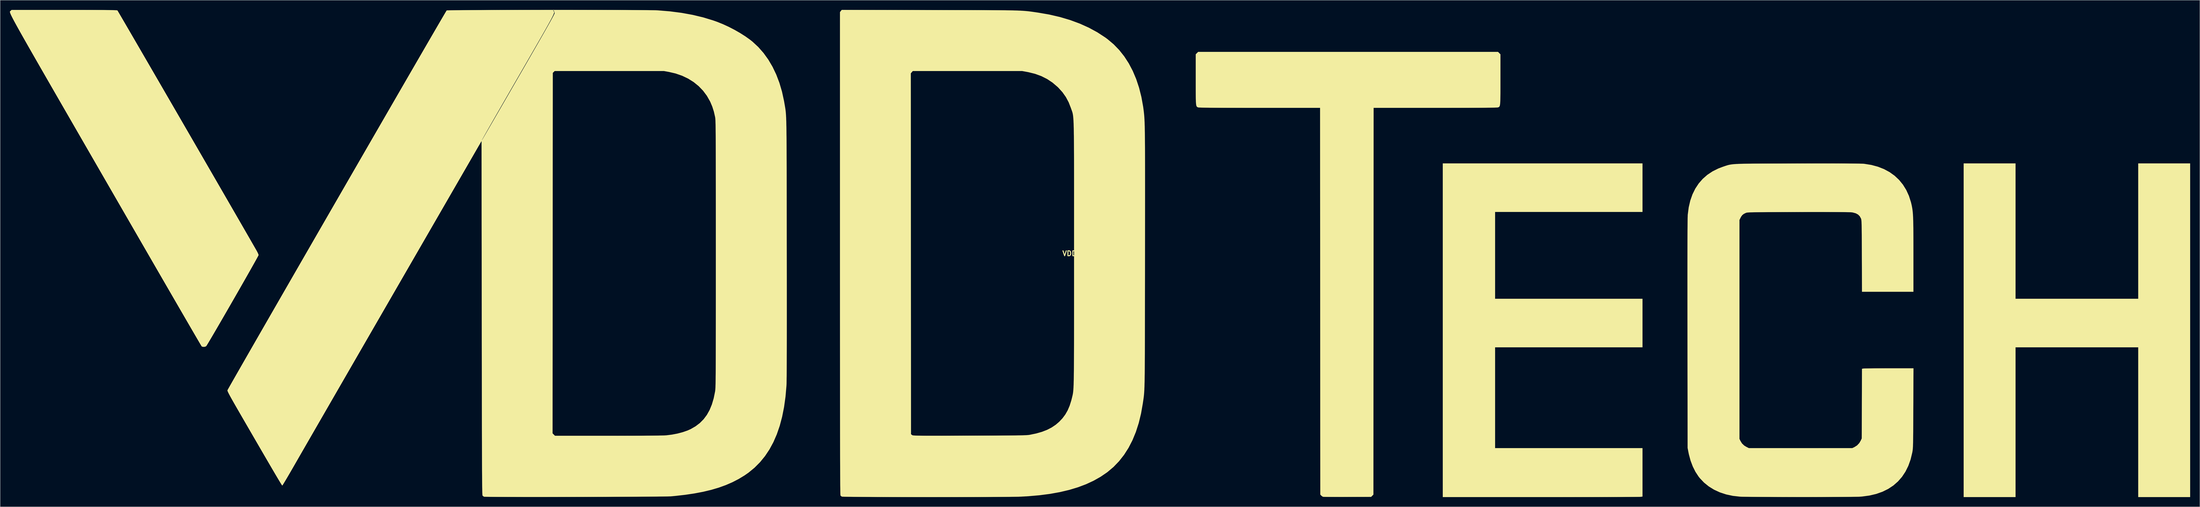
<source format=kicad_pcb>
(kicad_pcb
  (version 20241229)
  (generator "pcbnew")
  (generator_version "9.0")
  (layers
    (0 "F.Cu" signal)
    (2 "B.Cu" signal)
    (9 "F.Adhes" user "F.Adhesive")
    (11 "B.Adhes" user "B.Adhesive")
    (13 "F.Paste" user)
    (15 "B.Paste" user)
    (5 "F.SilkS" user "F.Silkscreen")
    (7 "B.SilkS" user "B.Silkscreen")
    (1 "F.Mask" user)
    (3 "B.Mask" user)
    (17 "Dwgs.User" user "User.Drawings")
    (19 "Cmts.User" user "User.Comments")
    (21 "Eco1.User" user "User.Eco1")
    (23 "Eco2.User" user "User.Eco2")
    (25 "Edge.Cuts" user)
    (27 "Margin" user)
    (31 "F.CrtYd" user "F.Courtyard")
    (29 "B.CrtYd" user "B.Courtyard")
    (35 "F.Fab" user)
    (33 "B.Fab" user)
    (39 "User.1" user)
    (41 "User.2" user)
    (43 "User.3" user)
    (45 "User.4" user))
  (footprint "VDDTECH_LOGO_HOR"
    (layer "F.Cu")
    (at 336.168 75.198)
    (property "Reference" "VDDTECH_LOGO_HOR" (at 0 0 0) (layer "F.SilkS") (effects (font (size 1.524 1.524) (thickness 0.3))))
    (attr through_hole)
    (fp_poly (pts (xy 282.448 13.97) (xy 320.294 13.97) (xy 320.294 -27.813) (xy 336.296 -27.813) (xy 336.296 75.184) (xy 320.294 75.184) (xy 320.294 28.956) (xy 282.448 28.956) (xy 282.448 75.184) (xy 266.446 75.184) (xy 266.446 -27.813) (xy 282.448 -27.813) (xy 282.448 13.97)) (stroke (width 0.01) (type solid)) (fill yes) (layer "F.SilkS"))
    (fp_poly (pts (xy 167.386 -12.827) (xy 121.92 -12.827) (xy 121.92 13.97) (xy 167.386 13.97) (xy 167.386 28.956) (xy 121.92 28.956) (xy 121.92 60.071) (xy 167.386 60.071) (xy 167.386 75.022) (xy 166.797 75.103) (xy 166.617 75.111) (xy 166.195 75.118) (xy 165.542 75.125) (xy 164.668 75.132) (xy 163.586 75.138) (xy 162.306 75.144) (xy 160.84 75.15) (xy 159.199 75.155) (xy 157.395 75.161) (xy 155.439 75.165) (xy 153.341 75.169) (xy 151.114 75.173) (xy 148.769 75.176) (xy 146.317 75.179) (xy 143.77 75.181) (xy 141.138 75.183) (xy 138.433 75.184) (xy 135.999 75.184) (xy 105.791 75.184) (xy 105.791 -27.813) (xy 167.386 -27.813) (xy 167.386 -12.827)) (stroke (width 0.01) (type solid)) (fill yes) (layer "F.SilkS"))
    (fp_poly (pts (xy 122.829 -62.23) (xy 123.2 -61.859) (xy 123.571 -61.488) (xy 123.571 -53.724) (xy 123.571 -52.071) (xy 123.57 -50.652) (xy 123.566 -49.449) (xy 123.557 -48.445) (xy 123.543 -47.619) (xy 123.522 -46.953) (xy 123.492 -46.428) (xy 123.452 -46.025) (xy 123.399 -45.726) (xy 123.334 -45.511) (xy 123.253 -45.363) (xy 123.156 -45.261) (xy 123.042 -45.188) (xy 122.908 -45.124) (xy 122.876 -45.11) (xy 122.768 -45.088) (xy 122.539 -45.068) (xy 122.178 -45.05) (xy 121.677 -45.034) (xy 121.026 -45.02) (xy 120.216 -45.008) (xy 119.238 -44.997) (xy 118.082 -44.987) (xy 116.74 -44.979) (xy 115.202 -44.973) (xy 113.458 -44.967) (xy 111.5 -44.963) (xy 109.319 -44.961) (xy 106.904 -44.959) (xy 104.247 -44.958) (xy 103.499 -44.958) (xy 84.456 -44.958) (xy 84.424 14.729) (xy 84.391 74.416) (xy 84.039 74.768) (xy 83.687 75.121) (xy 76.419 75.137) (xy 75.077 75.14) (xy 73.806 75.14) (xy 72.629 75.138) (xy 71.57 75.135) (xy 70.654 75.13) (xy 69.902 75.123) (xy 69.34 75.116) (xy 68.99 75.106) (xy 68.882 75.099) (xy 68.609 74.97) (xy 68.32 74.733) (xy 68.31 74.723) (xy 68.008 74.402) (xy 67.976 14.722) (xy 67.944 -44.958) (xy 49.282 -44.958) (xy 46.586 -44.958) (xy 44.136 -44.96) (xy 41.921 -44.963) (xy 39.932 -44.966) (xy 38.159 -44.971) (xy 36.594 -44.978) (xy 35.227 -44.986) (xy 34.048 -44.995) (xy 33.048 -45.006) (xy 32.219 -45.018) (xy 31.55 -45.032) (xy 31.032 -45.048) (xy 30.656 -45.066) (xy 30.412 -45.086) (xy 30.292 -45.107) (xy 30.286 -45.11) (xy 30.147 -45.174) (xy 30.029 -45.244) (xy 29.928 -45.337) (xy 29.844 -45.474) (xy 29.776 -45.673) (xy 29.721 -45.952) (xy 29.678 -46.331) (xy 29.646 -46.828) (xy 29.623 -47.462) (xy 29.607 -48.252) (xy 29.598 -49.217) (xy 29.593 -50.375) (xy 29.591 -51.745) (xy 29.591 -53.347) (xy 29.591 -53.724) (xy 29.591 -61.488) (xy 29.962 -61.859) (xy 30.333 -62.23) (xy 76.581 -62.23) (xy 122.829 -62.23)) (stroke (width 0.01) (type solid)) (fill yes) (layer "F.SilkS"))
    (fp_poly (pts (xy -316.967 -75.184) (xy -314.747 -75.182) (xy -312.76 -75.179) (xy -310.993 -75.176) (xy -309.437 -75.17) (xy -308.079 -75.164) (xy -306.91 -75.155) (xy -305.917 -75.146) (xy -305.09 -75.134) (xy -304.418 -75.12) (xy -303.889 -75.105) (xy -303.494 -75.087) (xy -303.22 -75.068) (xy -303.057 -75.045) (xy -302.998 -75.025) (xy -302.925 -74.908) (xy -302.731 -74.581) (xy -302.42 -74.054) (xy -301.999 -73.335) (xy -301.474 -72.435) (xy -300.849 -71.364) (xy -300.131 -70.13) (xy -299.325 -68.745) (xy -298.437 -67.216) (xy -297.472 -65.555) (xy -296.436 -63.77) (xy -295.334 -61.871) (xy -294.172 -59.869) (xy -292.956 -57.772) (xy -291.692 -55.591) (xy -290.384 -53.334) (xy -289.038 -51.012) (xy -287.661 -48.634) (xy -286.257 -46.211) (xy -284.832 -43.751) (xy -283.392 -41.264) (xy -281.943 -38.76) (xy -280.489 -36.249) (xy -279.037 -33.739) (xy -277.593 -31.242) (xy -276.161 -28.767) (xy -274.747 -26.322) (xy -273.357 -23.919) (xy -271.997 -21.566) (xy -270.672 -19.273) (xy -269.388 -17.05) (xy -268.15 -14.907) (xy -266.964 -12.853) (xy -265.836 -10.897) (xy -264.77 -9.051) (xy -263.774 -7.322) (xy -262.851 -5.721) (xy -262.009 -4.258) (xy -261.252 -2.942) (xy -260.586 -1.782) (xy -260.113 -0.958) (xy -259.838 -0.449) (xy -259.62 0.009) (xy -259.488 0.352) (xy -259.461 0.484) (xy -259.523 0.629) (xy -259.704 0.977) (xy -259.994 1.512) (xy -260.384 2.219) (xy -260.865 3.08) (xy -261.427 4.08) (xy -262.061 5.204) (xy -262.758 6.433) (xy -263.508 7.753) (xy -264.303 9.148) (xy -265.133 10.601) (xy -265.988 12.095) (xy -266.86 13.616) (xy -267.74 15.146) (xy -268.617 16.671) (xy -269.483 18.172) (xy -270.328 19.635) (xy -271.144 21.044) (xy -271.92 22.381) (xy -272.648 23.632) (xy -273.318 24.779) (xy -273.921 25.807) (xy -274.448 26.7) (xy -274.89 27.441) (xy -275.237 28.014) (xy -275.48 28.404) (xy -275.609 28.594) (xy -275.621 28.607) (xy -275.952 28.768) (xy -276.388 28.825) (xy -276.805 28.772) (xy -277.015 28.67) (xy -277.091 28.551) (xy -277.29 28.218) (xy -277.608 27.679) (xy -278.041 26.941) (xy -278.584 26.01) (xy -279.235 24.893) (xy -279.988 23.598) (xy -280.841 22.13) (xy -281.788 20.497) (xy -282.827 18.706) (xy -283.953 16.764) (xy -285.161 14.677) (xy -286.449 12.452) (xy -287.812 10.097) (xy -289.246 7.618) (xy -290.748 5.021) (xy -292.312 2.315) (xy -293.936 -0.495) (xy -295.615 -3.402) (xy -297.345 -6.397) (xy -299.123 -9.476) (xy -300.943 -12.631) (xy -302.804 -15.854) (xy -304.699 -19.14) (xy -306.626 -22.481) (xy -306.662 -22.543) (xy -308.986 -26.572) (xy -311.187 -30.388) (xy -313.267 -33.996) (xy -315.231 -37.401) (xy -317.081 -40.609) (xy -318.821 -43.627) (xy -320.454 -46.46) (xy -321.983 -49.114) (xy -323.412 -51.596) (xy -324.744 -53.91) (xy -325.982 -56.063) (xy -327.13 -58.061) (xy -328.19 -59.91) (xy -329.166 -61.615) (xy -330.062 -63.183) (xy -330.881 -64.619) (xy -331.625 -65.93) (xy -332.299 -67.12) (xy -332.906 -68.197) (xy -333.448 -69.166) (xy -333.929 -70.032) (xy -334.353 -70.803) (xy -334.723 -71.483) (xy -335.042 -72.078) (xy -335.313 -72.595) (xy -335.54 -73.04) (xy -335.726 -73.418) (xy -335.874 -73.735) (xy -335.987 -73.996) (xy -336.07 -74.209) (xy -336.124 -74.379) (xy -336.154 -74.512) (xy -336.163 -74.613) (xy -336.154 -74.689) (xy -336.13 -74.745) (xy -336.095 -74.788) (xy -336.052 -74.823) (xy -336.003 -74.856) (xy -335.954 -74.893) (xy -335.927 -74.918) (xy -335.661 -75.184) (xy -319.429 -75.184) (xy -316.967 -75.184)) (stroke (width 0.01) (type solid)) (fill yes) (layer "F.SilkS"))
    (fp_poly (pts (xy 225.551 -27.795) (xy 227.518 -27.792) (xy 229.26 -27.787) (xy 230.785 -27.78) (xy 232.098 -27.771) (xy 233.206 -27.76) (xy 234.114 -27.746) (xy 234.829 -27.73) (xy 235.356 -27.712) (xy 235.702 -27.691) (xy 235.775 -27.684) (xy 237.969 -27.331) (xy 240.009 -26.782) (xy 241.89 -26.041) (xy 243.606 -25.112) (xy 245.154 -24) (xy 246.528 -22.709) (xy 247.723 -21.242) (xy 248.735 -19.605) (xy 249.559 -17.801) (xy 250.189 -15.834) (xy 250.362 -15.113) (xy 250.459 -14.66) (xy 250.544 -14.218) (xy 250.619 -13.769) (xy 250.685 -13.295) (xy 250.741 -12.779) (xy 250.789 -12.202) (xy 250.829 -11.547) (xy 250.862 -10.796) (xy 250.888 -9.931) (xy 250.909 -8.935) (xy 250.925 -7.789) (xy 250.936 -6.477) (xy 250.944 -4.979) (xy 250.949 -3.279) (xy 250.951 -1.358) (xy 250.952 0.54) (xy 250.952 11.811) (xy 235.088 11.811) (xy 235.049 0.794) (xy 235.042 -1.142) (xy 235.035 -2.84) (xy 235.028 -4.317) (xy 235.02 -5.59) (xy 235.011 -6.674) (xy 235.001 -7.587) (xy 234.988 -8.345) (xy 234.974 -8.965) (xy 234.957 -9.462) (xy 234.937 -9.854) (xy 234.913 -10.157) (xy 234.886 -10.387) (xy 234.855 -10.561) (xy 234.82 -10.696) (xy 234.785 -10.793) (xy 234.405 -11.494) (xy 233.877 -12.028) (xy 233.178 -12.409) (xy 232.283 -12.654) (xy 231.933 -12.709) (xy 231.632 -12.731) (xy 231.079 -12.75) (xy 230.28 -12.767) (xy 229.236 -12.781) (xy 227.951 -12.792) (xy 226.428 -12.8) (xy 224.671 -12.806) (xy 222.683 -12.809) (xy 220.467 -12.809) (xy 218.027 -12.807) (xy 215.392 -12.801) (xy 213.07 -12.795) (xy 210.989 -12.79) (xy 209.134 -12.784) (xy 207.493 -12.777) (xy 206.051 -12.771) (xy 204.794 -12.763) (xy 203.71 -12.754) (xy 202.785 -12.744) (xy 202.005 -12.733) (xy 201.356 -12.72) (xy 200.824 -12.706) (xy 200.397 -12.689) (xy 200.06 -12.669) (xy 199.8 -12.648) (xy 199.604 -12.623) (xy 199.457 -12.596) (xy 199.345 -12.565) (xy 199.286 -12.544) (xy 198.635 -12.229) (xy 198.163 -11.853) (xy 197.795 -11.349) (xy 197.652 -11.078) (xy 197.294 -10.351) (xy 197.294 57.214) (xy 197.562 57.791) (xy 198.071 58.623) (xy 198.755 59.28) (xy 199.418 59.684) (xy 200.193 60.071) (xy 216.143 60.07) (xy 232.093 60.069) (xy 232.74 59.767) (xy 233.566 59.245) (xy 234.245 58.528) (xy 234.681 57.796) (xy 235.013 57.087) (xy 235.049 46.338) (xy 235.085 35.59) (xy 235.478 35.512) (xy 235.674 35.497) (xy 236.1 35.484) (xy 236.733 35.472) (xy 237.549 35.461) (xy 238.525 35.451) (xy 239.637 35.443) (xy 240.861 35.438) (xy 242.173 35.434) (xy 243.418 35.433) (xy 250.966 35.433) (xy 250.916 47.72) (xy 250.908 49.764) (xy 250.9 51.57) (xy 250.892 53.156) (xy 250.884 54.538) (xy 250.875 55.733) (xy 250.865 56.758) (xy 250.854 57.629) (xy 250.841 58.363) (xy 250.825 58.976) (xy 250.807 59.487) (xy 250.785 59.91) (xy 250.76 60.264) (xy 250.731 60.564) (xy 250.698 60.828) (xy 250.661 61.072) (xy 250.618 61.313) (xy 250.591 61.454) (xy 250.076 63.586) (xy 249.377 65.542) (xy 248.496 67.322) (xy 247.436 68.924) (xy 246.197 70.346) (xy 244.783 71.586) (xy 243.195 72.643) (xy 241.435 73.515) (xy 239.505 74.201) (xy 237.408 74.698) (xy 235.144 75.005) (xy 234.444 75.059) (xy 234.081 75.074) (xy 233.483 75.088) (xy 232.669 75.1) (xy 231.657 75.112) (xy 230.467 75.122) (xy 229.118 75.131) (xy 227.628 75.138) (xy 226.017 75.145) (xy 224.303 75.15) (xy 222.505 75.155) (xy 220.642 75.158) (xy 218.734 75.16) (xy 216.798 75.16) (xy 214.854 75.16) (xy 212.921 75.158) (xy 211.018 75.155) (xy 209.163 75.152) (xy 207.376 75.147) (xy 205.675 75.14) (xy 204.079 75.133) (xy 202.608 75.125) (xy 201.28 75.115) (xy 200.114 75.104) (xy 199.129 75.092) (xy 198.344 75.079) (xy 197.778 75.065) (xy 197.485 75.053) (xy 195.28 74.807) (xy 193.202 74.363) (xy 191.261 73.727) (xy 189.469 72.902) (xy 187.834 71.893) (xy 186.367 70.707) (xy 185.078 69.346) (xy 184.681 68.844) (xy 183.724 67.386) (xy 182.898 65.735) (xy 182.217 63.927) (xy 181.697 61.993) (xy 181.585 61.454) (xy 181.305 60.008) (xy 181.26 24.828) (xy 181.255 20.859) (xy 181.252 17.139) (xy 181.249 13.664) (xy 181.248 10.43) (xy 181.247 7.433) (xy 181.248 4.668) (xy 181.25 2.132) (xy 181.254 -0.181) (xy 181.258 -2.275) (xy 181.263 -4.154) (xy 181.27 -5.821) (xy 181.278 -7.283) (xy 181.287 -8.543) (xy 181.298 -9.605) (xy 181.309 -10.473) (xy 181.322 -11.153) (xy 181.336 -11.647) (xy 181.351 -11.962) (xy 181.354 -12.002) (xy 181.648 -14.252) (xy 182.133 -16.34) (xy 182.809 -18.265) (xy 183.673 -20.022) (xy 184.724 -21.611) (xy 185.961 -23.028) (xy 187.381 -24.273) (xy 188.983 -25.341) (xy 190.765 -26.232) (xy 192.237 -26.788) (xy 192.61 -26.913) (xy 192.945 -27.027) (xy 193.256 -27.13) (xy 193.555 -27.222) (xy 193.857 -27.305) (xy 194.173 -27.379) (xy 194.517 -27.444) (xy 194.902 -27.501) (xy 195.341 -27.551) (xy 195.847 -27.594) (xy 196.433 -27.631) (xy 197.112 -27.661) (xy 197.897 -27.687) (xy 198.802 -27.708) (xy 199.839 -27.725) (xy 201.022 -27.739) (xy 202.363 -27.749) (xy 203.875 -27.758) (xy 205.572 -27.764) (xy 207.467 -27.77) (xy 209.572 -27.774) (xy 211.901 -27.779) (xy 214.467 -27.784) (xy 215.328 -27.786) (xy 218.25 -27.791) (xy 220.924 -27.794) (xy 223.355 -27.796) (xy 225.551 -27.795)) (stroke (width 0.01) (type solid)) (fill yes) (layer "F.SilkS"))
    (fp_poly (pts (xy -52.47 -75.149) (xy -49.326 -75.144) (xy -46.424 -75.139) (xy -43.754 -75.135) (xy -41.303 -75.13) (xy -39.061 -75.125) (xy -37.015 -75.12) (xy -35.154 -75.113) (xy -33.467 -75.106) (xy -31.942 -75.097) (xy -30.569 -75.086) (xy -29.334 -75.073) (xy -28.228 -75.058) (xy -27.238 -75.04) (xy -26.353 -75.02) (xy -25.562 -74.996) (xy -24.853 -74.969) (xy -24.214 -74.938) (xy -23.635 -74.904) (xy -23.103 -74.865) (xy -22.608 -74.822) (xy -22.137 -74.774) (xy -21.68 -74.721) (xy -21.224 -74.663) (xy -20.759 -74.599) (xy -20.273 -74.529) (xy -19.755 -74.453) (xy -19.193 -74.371) (xy -19.066 -74.353) (xy -15.593 -73.753) (xy -12.278 -72.984) (xy -9.129 -72.048) (xy -6.153 -70.947) (xy -3.356 -69.684) (xy -0.746 -68.263) (xy 1.67 -66.685) (xy 2.395 -66.152) (xy 4.271 -64.574) (xy 5.988 -62.801) (xy 7.544 -60.837) (xy 8.936 -58.686) (xy 10.163 -56.352) (xy 11.223 -53.84) (xy 12.112 -51.154) (xy 12.83 -48.299) (xy 13.373 -45.278) (xy 13.511 -44.26) (xy 13.556 -43.903) (xy 13.597 -43.552) (xy 13.635 -43.197) (xy 13.671 -42.83) (xy 13.705 -42.441) (xy 13.736 -42.023) (xy 13.764 -41.565) (xy 13.79 -41.059) (xy 13.814 -40.497) (xy 13.836 -39.869) (xy 13.855 -39.167) (xy 13.873 -38.382) (xy 13.889 -37.504) (xy 13.902 -36.526) (xy 13.915 -35.439) (xy 13.925 -34.233) (xy 13.934 -32.899) (xy 13.941 -31.43) (xy 13.947 -29.816) (xy 13.952 -28.048) (xy 13.955 -26.117) (xy 13.957 -24.015) (xy 13.958 -21.733) (xy 13.958 -19.262) (xy 13.958 -16.592) (xy 13.956 -13.717) (xy 13.954 -10.625) (xy 13.95 -7.31) (xy 13.947 -3.761) (xy 13.943 0.03) (xy 13.941 1.46) (xy 13.937 5.256) (xy 13.933 8.807) (xy 13.929 12.122) (xy 13.926 15.21) (xy 13.922 18.08) (xy 13.918 20.74) (xy 13.914 23.201) (xy 13.91 25.47) (xy 13.905 27.557) (xy 13.899 29.471) (xy 13.892 31.221) (xy 13.885 32.816) (xy 13.876 34.264) (xy 13.866 35.576) (xy 13.854 36.758) (xy 13.841 37.822) (xy 13.827 38.775) (xy 13.81 39.627) (xy 13.792 40.387) (xy 13.771 41.063) (xy 13.749 41.665) (xy 13.724 42.202) (xy 13.696 42.682) (xy 13.666 43.114) (xy 13.633 43.508) (xy 13.597 43.873) (xy 13.558 44.217) (xy 13.517 44.55) (xy 13.471 44.88) (xy 13.423 45.216) (xy 13.37 45.568) (xy 13.314 45.945) (xy 13.264 46.291) (xy 12.716 49.413) (xy 12.002 52.342) (xy 11.123 55.078) (xy 10.078 57.621) (xy 8.867 59.973) (xy 7.491 62.131) (xy 5.949 64.098) (xy 4.242 65.872) (xy 2.369 67.453) (xy 2.223 67.563) (xy 0.244 68.912) (xy -1.902 70.124) (xy -4.22 71.201) (xy -6.719 72.144) (xy -9.403 72.955) (xy -12.28 73.637) (xy -15.357 74.191) (xy -18.639 74.618) (xy -22.134 74.921) (xy -24.575 75.055) (xy -25.057 75.07) (xy -25.759 75.084) (xy -26.667 75.097) (xy -27.767 75.11) (xy -29.044 75.121) (xy -30.485 75.131) (xy -32.075 75.141) (xy -33.8 75.149) (xy -35.646 75.156) (xy -37.598 75.163) (xy -39.643 75.168) (xy -41.766 75.173) (xy -43.953 75.177) (xy -46.19 75.179) (xy -48.463 75.181) (xy -50.757 75.182) (xy -53.058 75.182) (xy -55.352 75.181) (xy -57.625 75.179) (xy -59.863 75.176) (xy -62.051 75.172) (xy -64.175 75.168) (xy -66.222 75.162) (xy -68.177 75.156) (xy -70.025 75.149) (xy -71.752 75.14) (xy -73.345 75.131) (xy -74.789 75.121) (xy -76.071 75.111) (xy -77.174 75.099) (xy -78.087 75.086) (xy -78.793 75.073) (xy -79.28 75.059) (xy -79.533 75.044) (xy -79.566 75.037) (xy -79.847 74.833) (xy -79.978 74.699) (xy -79.99 74.641) (xy -80.001 74.491) (xy -80.011 74.245) (xy -80.021 73.898) (xy -80.03 73.444) (xy -80.039 72.878) (xy -80.048 72.195) (xy -80.056 71.39) (xy -80.063 70.457) (xy -80.07 69.392) (xy -80.077 68.188) (xy -80.083 66.842) (xy -80.089 65.347) (xy -80.095 63.699) (xy -80.1 61.892) (xy -80.104 59.922) (xy -80.109 57.782) (xy -80.113 55.468) (xy -80.116 52.975) (xy -80.119 50.297) (xy -80.122 47.429) (xy -80.125 44.366) (xy -80.127 41.103) (xy -80.13 37.634) (xy -80.131 33.955) (xy -80.133 30.06) (xy -80.134 25.944) (xy -80.135 21.602) (xy -80.136 17.028) (xy -80.136 12.218) (xy -80.137 7.166) (xy -80.137 1.866) (xy -80.137 -0.007) (xy -80.137 -55.611) (xy -58.294 -55.611) (xy -58.262 0.082) (xy -58.23 55.775) (xy -57.923 56.023) (xy -57.876 56.058) (xy -57.816 56.09) (xy -57.73 56.118) (xy -57.606 56.142) (xy -57.431 56.164) (xy -57.193 56.183) (xy -56.877 56.199) (xy -56.473 56.213) (xy -55.967 56.224) (xy -55.346 56.233) (xy -54.597 56.239) (xy -53.708 56.244) (xy -52.667 56.246) (xy -51.459 56.247) (xy -50.073 56.246) (xy -48.496 56.244) (xy -46.715 56.24) (xy -44.718 56.235) (xy -42.49 56.23) (xy -40.207 56.223) (xy -37.725 56.216) (xy -35.484 56.209) (xy -33.47 56.202) (xy -31.671 56.195) (xy -30.073 56.187) (xy -28.662 56.179) (xy -27.427 56.169) (xy -26.352 56.159) (xy -25.426 56.148) (xy -24.634 56.135) (xy -23.964 56.121) (xy -23.403 56.104) (xy -22.937 56.086) (xy -22.552 56.066) (xy -22.237 56.044) (xy -21.977 56.019) (xy -21.759 55.991) (xy -21.59 55.964) (xy -19.607 55.552) (xy -17.841 55.048) (xy -16.267 54.439) (xy -14.861 53.715) (xy -13.6 52.867) (xy -12.534 51.954) (xy -11.509 50.867) (xy -10.642 49.704) (xy -9.913 48.428) (xy -9.303 47) (xy -8.79 45.383) (xy -8.571 44.52) (xy -8.513 44.276) (xy -8.458 44.049) (xy -8.407 43.832) (xy -8.359 43.615) (xy -8.315 43.389) (xy -8.273 43.148) (xy -8.235 42.881) (xy -8.2 42.581) (xy -8.168 42.238) (xy -8.138 41.844) (xy -8.112 41.392) (xy -8.087 40.871) (xy -8.065 40.274) (xy -8.045 39.592) (xy -8.028 38.817) (xy -8.012 37.94) (xy -7.999 36.952) (xy -7.987 35.845) (xy -7.976 34.61) (xy -7.968 33.239) (xy -7.96 31.723) (xy -7.954 30.054) (xy -7.949 28.223) (xy -7.945 26.222) (xy -7.943 24.042) (xy -7.94 21.674) (xy -7.939 19.111) (xy -7.938 16.343) (xy -7.938 13.361) (xy -7.937 10.158) (xy -7.937 6.725) (xy -7.937 3.053) (xy -7.938 0) (xy -7.937 -3.877) (xy -7.937 -7.508) (xy -7.936 -10.902) (xy -7.936 -14.068) (xy -7.936 -17.013) (xy -7.936 -19.747) (xy -7.937 -22.278) (xy -7.939 -24.614) (xy -7.941 -26.764) (xy -7.945 -28.737) (xy -7.951 -30.54) (xy -7.958 -32.182) (xy -7.966 -33.672) (xy -7.977 -35.018) (xy -7.99 -36.229) (xy -8.005 -37.313) (xy -8.022 -38.279) (xy -8.042 -39.135) (xy -8.065 -39.889) (xy -8.091 -40.551) (xy -8.12 -41.128) (xy -8.153 -41.629) (xy -8.189 -42.063) (xy -8.229 -42.438) (xy -8.273 -42.762) (xy -8.321 -43.044) (xy -8.373 -43.292) (xy -8.43 -43.515) (xy -8.491 -43.722) (xy -8.557 -43.921) (xy -8.629 -44.12) (xy -8.705 -44.327) (xy -8.787 -44.552) (xy -8.875 -44.803) (xy -8.905 -44.895) (xy -9.603 -46.681) (xy -10.463 -48.296) (xy -11.513 -49.783) (xy -12.781 -51.185) (xy -13.036 -51.433) (xy -14.576 -52.748) (xy -16.229 -53.851) (xy -18.013 -54.751) (xy -19.943 -55.457) (xy -22.036 -55.976) (xy -22.368 -56.039) (xy -23.939 -56.325) (xy -57.68 -56.325) (xy -57.987 -55.968) (xy -58.294 -55.611) (xy -80.137 -55.611) (xy -80.137 -74.515) (xy -79.87 -74.854) (xy -79.604 -75.193) (xy -52.47 -75.149)) (stroke (width 0.01) (type solid)) (fill yes) (layer "F.SilkS"))
    (fp_poly (pts (xy -165.119 -75.192) (xy -162.648 -75.191) (xy -160.211 -75.19) (xy -157.818 -75.187) (xy -155.485 -75.183) (xy -153.223 -75.179) (xy -151.045 -75.174) (xy -148.966 -75.167) (xy -146.997 -75.16) (xy -145.151 -75.152) (xy -143.443 -75.143) (xy -141.884 -75.133) (xy -140.488 -75.123) (xy -139.268 -75.111) (xy -138.237 -75.098) (xy -137.407 -75.085) (xy -136.793 -75.07) (xy -136.406 -75.055) (xy -136.398 -75.054) (xy -132.597 -74.74) (xy -128.991 -74.273) (xy -125.571 -73.651) (xy -122.329 -72.874) (xy -119.256 -71.938) (xy -118.02 -71.5) (xy -116.249 -70.787) (xy -114.439 -69.952) (xy -112.642 -69.023) (xy -110.91 -68.029) (xy -109.295 -67) (xy -107.849 -65.966) (xy -107.124 -65.388) (xy -105.343 -63.736) (xy -103.716 -61.887) (xy -102.246 -59.848) (xy -100.937 -57.626) (xy -99.794 -55.229) (xy -98.82 -52.664) (xy -98.019 -49.939) (xy -97.395 -47.061) (xy -97.294 -46.482) (xy -97.229 -46.101) (xy -97.168 -45.752) (xy -97.112 -45.427) (xy -97.059 -45.117) (xy -97.01 -44.813) (xy -96.964 -44.505) (xy -96.922 -44.186) (xy -96.883 -43.846) (xy -96.848 -43.476) (xy -96.815 -43.068) (xy -96.785 -42.612) (xy -96.758 -42.1) (xy -96.734 -41.523) (xy -96.711 -40.872) (xy -96.691 -40.138) (xy -96.674 -39.312) (xy -96.658 -38.386) (xy -96.644 -37.35) (xy -96.632 -36.196) (xy -96.621 -34.914) (xy -96.611 -33.497) (xy -96.603 -31.934) (xy -96.596 -30.218) (xy -96.59 -28.339) (xy -96.585 -26.288) (xy -96.58 -24.057) (xy -96.576 -21.636) (xy -96.572 -19.017) (xy -96.568 -16.191) (xy -96.565 -13.149) (xy -96.561 -9.883) (xy -96.557 -6.382) (xy -96.553 -2.639) (xy -96.551 -1.524) (xy -96.547 2.721) (xy -96.543 6.716) (xy -96.54 10.466) (xy -96.539 13.975) (xy -96.538 17.247) (xy -96.538 20.286) (xy -96.539 23.098) (xy -96.542 25.686) (xy -96.545 28.055) (xy -96.549 30.208) (xy -96.555 32.151) (xy -96.561 33.888) (xy -96.569 35.422) (xy -96.577 36.759) (xy -96.587 37.902) (xy -96.598 38.856) (xy -96.61 39.625) (xy -96.623 40.214) (xy -96.637 40.627) (xy -96.645 40.767) (xy -96.941 44.177) (xy -97.386 47.384) (xy -97.981 50.39) (xy -98.728 53.2) (xy -99.629 55.815) (xy -100.684 58.241) (xy -101.895 60.479) (xy -103.265 62.534) (xy -104.795 64.409) (xy -106.485 66.107) (xy -108.338 67.632) (xy -109.558 68.483) (xy -111.375 69.588) (xy -113.294 70.581) (xy -115.333 71.468) (xy -117.508 72.254) (xy -119.836 72.944) (xy -122.335 73.542) (xy -125.02 74.053) (xy -127.91 74.483) (xy -131.019 74.835) (xy -132.27 74.95) (xy -132.558 74.965) (xy -133.078 74.979) (xy -133.817 74.992) (xy -134.761 75.006) (xy -135.896 75.018) (xy -137.207 75.031) (xy -138.683 75.043) (xy -140.307 75.054) (xy -142.067 75.065) (xy -143.948 75.076) (xy -145.936 75.086) (xy -148.019 75.095) (xy -150.181 75.104) (xy -152.409 75.112) (xy -154.689 75.119) (xy -157.007 75.126) (xy -159.349 75.132) (xy -161.701 75.137) (xy -164.049 75.141) (xy -166.38 75.145) (xy -168.68 75.147) (xy -170.933 75.149) (xy -173.128 75.15) (xy -175.25 75.15) (xy -177.284 75.149) (xy -179.217 75.147) (xy -181.035 75.144) (xy -182.725 75.14) (xy -184.272 75.135) (xy -185.662 75.129) (xy -186.881 75.121) (xy -187.916 75.113) (xy -188.753 75.103) (xy -189.377 75.092) (xy -189.775 75.08) (xy -189.933 75.067) (xy -190.231 74.876) (xy -190.377 74.734) (xy -190.393 74.693) (xy -190.407 74.603) (xy -190.421 74.458) (xy -190.434 74.251) (xy -190.446 73.974) (xy -190.458 73.621) (xy -190.469 73.185) (xy -190.48 72.66) (xy -190.49 72.038) (xy -190.499 71.312) (xy -190.508 70.477) (xy -190.516 69.524) (xy -190.524 68.447) (xy -190.532 67.24) (xy -190.539 65.895) (xy -190.546 64.406) (xy -190.552 62.766) (xy -190.558 60.968) (xy -190.564 59.004) (xy -190.57 56.869) (xy -190.573 55.518) (xy -168.784 55.518) (xy -168.412 55.889) (xy -168.041 56.261) (xy -151.616 56.261) (xy -148.973 56.259) (xy -146.516 56.256) (xy -144.253 56.251) (xy -142.189 56.243) (xy -140.332 56.234) (xy -138.686 56.222) (xy -137.26 56.209) (xy -136.06 56.194) (xy -135.091 56.176) (xy -134.36 56.158) (xy -133.873 56.137) (xy -133.731 56.127) (xy -131.96 55.906) (xy -130.242 55.576) (xy -128.627 55.15) (xy -127.168 54.643) (xy -126.174 54.2) (xy -124.676 53.335) (xy -123.351 52.324) (xy -122.192 51.155) (xy -121.193 49.818) (xy -120.346 48.301) (xy -119.645 46.596) (xy -119.083 44.691) (xy -118.659 42.608) (xy -118.637 42.47) (xy -118.617 42.319) (xy -118.598 42.146) (xy -118.581 41.943) (xy -118.564 41.702) (xy -118.549 41.415) (xy -118.535 41.072) (xy -118.522 40.666) (xy -118.51 40.188) (xy -118.5 39.63) (xy -118.49 38.982) (xy -118.481 38.238) (xy -118.473 37.388) (xy -118.466 36.424) (xy -118.459 35.338) (xy -118.454 34.121) (xy -118.449 32.765) (xy -118.445 31.26) (xy -118.441 29.6) (xy -118.438 27.776) (xy -118.435 25.778) (xy -118.433 23.599) (xy -118.431 21.23) (xy -118.43 18.663) (xy -118.429 15.889) (xy -118.428 12.9) (xy -118.428 9.688) (xy -118.428 6.244) (xy -118.428 2.56) (xy -118.427 0.127) (xy -118.428 -3.719) (xy -118.428 -7.32) (xy -118.428 -10.684) (xy -118.429 -13.818) (xy -118.43 -16.732) (xy -118.431 -19.433) (xy -118.433 -21.931) (xy -118.435 -24.233) (xy -118.437 -26.347) (xy -118.44 -28.282) (xy -118.444 -30.047) (xy -118.448 -31.649) (xy -118.452 -33.097) (xy -118.458 -34.4) (xy -118.464 -35.565) (xy -118.471 -36.601) (xy -118.478 -37.516) (xy -118.487 -38.319) (xy -118.496 -39.018) (xy -118.506 -39.621) (xy -118.518 -40.137) (xy -118.53 -40.573) (xy -118.543 -40.939) (xy -118.558 -41.243) (xy -118.573 -41.492) (xy -118.59 -41.696) (xy -118.608 -41.862) (xy -118.627 -41.999) (xy -118.644 -42.1) (xy -119.031 -43.802) (xy -119.52 -45.343) (xy -120.137 -46.804) (xy -120.2 -46.933) (xy -121.183 -48.669) (xy -122.363 -50.25) (xy -123.728 -51.669) (xy -125.268 -52.918) (xy -126.973 -53.989) (xy -128.831 -54.874) (xy -130.831 -55.567) (xy -132.858 -56.039) (xy -134.429 -56.325) (xy -168.141 -56.325) (xy -168.72 -55.746) (xy -168.784 55.518) (xy -190.573 55.518) (xy -190.575 54.556) (xy -190.581 52.057) (xy -190.586 49.366) (xy -190.591 46.476) (xy -190.596 43.38) (xy -190.601 40.071) (xy -190.606 36.543) (xy -190.611 32.789) (xy -190.616 28.801) (xy -190.621 24.573) (xy -190.627 20.099) (xy -190.627 19.894) (xy -190.69 -34.722) (xy -217.629 11.944) (xy -219.509 15.202) (xy -221.374 18.432) (xy -223.217 21.626) (xy -225.035 24.776) (xy -226.822 27.873) (xy -228.574 30.908) (xy -230.285 33.874) (xy -231.95 36.761) (xy -233.565 39.56) (xy -235.125 42.264) (xy -236.624 44.864) (xy -238.059 47.352) (xy -239.423 49.718) (xy -240.712 51.954) (xy -241.922 54.052) (xy -243.046 56.003) (xy -244.081 57.798) (xy -245.021 59.43) (xy -245.861 60.889) (xy -246.597 62.167) (xy -247.223 63.256) (xy -247.735 64.146) (xy -248.128 64.83) (xy -248.293 65.119) (xy -248.969 66.295) (xy -249.609 67.403) (xy -250.203 68.423) (xy -250.74 69.336) (xy -251.207 70.123) (xy -251.593 70.765) (xy -251.887 71.242) (xy -252.078 71.535) (xy -252.152 71.625) (xy -252.196 71.586) (xy -252.285 71.465) (xy -252.425 71.253) (xy -252.621 70.942) (xy -252.877 70.525) (xy -253.197 69.994) (xy -253.588 69.34) (xy -254.052 68.556) (xy -254.595 67.633) (xy -255.222 66.564) (xy -255.938 65.34) (xy -256.746 63.954) (xy -257.652 62.397) (xy -258.661 60.662) (xy -259.776 58.741) (xy -261.004 56.625) (xy -262.348 54.306) (xy -263.813 51.777) (xy -264.121 51.245) (xy -265.057 49.627) (xy -265.872 48.215) (xy -266.574 46.994) (xy -267.17 45.95) (xy -267.669 45.068) (xy -268.077 44.336) (xy -268.403 43.738) (xy -268.655 43.262) (xy -268.839 42.892) (xy -268.964 42.615) (xy -269.038 42.416) (xy -269.068 42.283) (xy -269.067 42.225) (xy -269.001 42.094) (xy -268.813 41.751) (xy -268.506 41.204) (xy -268.085 40.461) (xy -267.556 39.529) (xy -266.922 38.416) (xy -266.187 37.13) (xy -265.357 35.679) (xy -264.436 34.07) (xy -263.429 32.312) (xy -262.339 30.413) (xy -261.172 28.379) (xy -259.932 26.219) (xy -258.623 23.941) (xy -257.25 21.553) (xy -255.818 19.062) (xy -254.331 16.476) (xy -252.793 13.803) (xy -251.209 11.051) (xy -249.583 8.228) (xy -247.921 5.341) (xy -246.226 2.398) (xy -244.503 -0.593) (xy -242.757 -3.623) (xy -240.992 -6.687) (xy -239.212 -9.774) (xy -237.422 -12.878) (xy -235.627 -15.991) (xy -233.831 -19.105) (xy -232.039 -22.213) (xy -230.254 -25.305) (xy -228.482 -28.375) (xy -226.728 -31.415) (xy -224.995 -34.417) (xy -224.703 -34.922) (xy -190.606 -34.922) (xy -190.591 -34.923) (xy -190.579 -34.936) (xy -190.512 -35.049) (xy -190.323 -35.372) (xy -190.021 -35.892) (xy -189.612 -36.599) (xy -189.101 -37.482) (xy -188.495 -38.529) (xy -187.801 -39.729) (xy -187.025 -41.071) (xy -186.174 -42.544) (xy -185.253 -44.137) (xy -184.27 -45.838) (xy -183.231 -47.637) (xy -182.142 -49.523) (xy -181.01 -51.484) (xy -179.841 -53.508) (xy -179.34 -54.377) (xy -177.882 -56.903) (xy -176.548 -59.218) (xy -175.332 -61.329) (xy -174.23 -63.245) (xy -173.238 -64.975) (xy -172.35 -66.526) (xy -171.561 -67.907) (xy -170.869 -69.126) (xy -170.266 -70.191) (xy -169.75 -71.111) (xy -169.315 -71.893) (xy -168.957 -72.546) (xy -168.671 -73.078) (xy -168.453 -73.497) (xy -168.297 -73.812) (xy -168.2 -74.03) (xy -168.156 -74.16) (xy -168.152 -74.189) (xy -168.2 -74.502) (xy -168.313 -74.797) (xy -168.452 -75.003) (xy -168.578 -75.046) (xy -168.594 -75.034) (xy -168.568 -74.911) (xy -168.469 -74.806) (xy -168.403 -74.75) (xy -168.348 -74.693) (xy -168.307 -74.623) (xy -168.287 -74.531) (xy -168.292 -74.408) (xy -168.327 -74.243) (xy -168.399 -74.028) (xy -168.511 -73.753) (xy -168.67 -73.407) (xy -168.88 -72.981) (xy -169.146 -72.467) (xy -169.474 -71.853) (xy -169.87 -71.131) (xy -170.337 -70.29) (xy -170.882 -69.321) (xy -171.509 -68.215) (xy -172.224 -66.962) (xy -173.032 -65.552) (xy -173.938 -63.976) (xy -174.947 -62.223) (xy -176.064 -60.285) (xy -177.296 -58.151) (xy -178.646 -55.812) (xy -179.451 -54.418) (xy -180.889 -51.928) (xy -182.204 -49.648) (xy -183.402 -47.572) (xy -184.488 -45.69) (xy -185.466 -43.993) (xy -186.341 -42.473) (xy -187.118 -41.122) (xy -187.802 -39.93) (xy -188.398 -38.89) (xy -188.911 -37.992) (xy -189.346 -37.229) (xy -189.707 -36.591) (xy -189.999 -36.071) (xy -190.228 -35.658) (xy -190.399 -35.346) (xy -190.515 -35.125) (xy -190.583 -34.986) (xy -190.606 -34.922) (xy -224.703 -34.922) (xy -223.288 -37.373) (xy -221.611 -40.276) (xy -219.97 -43.117) (xy -218.368 -45.888) (xy -216.811 -48.583) (xy -215.302 -51.192) (xy -213.847 -53.709) (xy -212.449 -56.125) (xy -211.113 -58.432) (xy -209.844 -60.624) (xy -208.646 -62.691) (xy -207.524 -64.627) (xy -206.482 -66.423) (xy -205.525 -68.071) (xy -204.657 -69.564) (xy -203.883 -70.894) (xy -203.207 -72.053) (xy -202.633 -73.034) (xy -202.167 -73.827) (xy -201.813 -74.427) (xy -201.575 -74.824) (xy -201.458 -75.011) (xy -201.447 -75.025) (xy -201.302 -75.041) (xy -200.916 -75.056) (xy -200.302 -75.07) (xy -199.473 -75.083) (xy -198.442 -75.096) (xy -197.222 -75.108) (xy -195.827 -75.119) (xy -194.268 -75.13) (xy -192.56 -75.139) (xy -190.715 -75.148) (xy -188.747 -75.156) (xy -186.667 -75.164) (xy -184.49 -75.17) (xy -182.228 -75.176) (xy -179.895 -75.181) (xy -177.503 -75.185) (xy -175.065 -75.188) (xy -172.595 -75.19) (xy -170.105 -75.192) (xy -167.609 -75.193) (xy -165.119 -75.192)) (stroke (width 0.01) (type solid)) (fill yes) (layer "F.SilkS")))
  (gr_rect
    (start -3 -3)
    (end 675.469 153.387)
    (stroke (width 0.1) (type default))
    (fill no)
    (layer "Edge.Cuts")))
</source>
